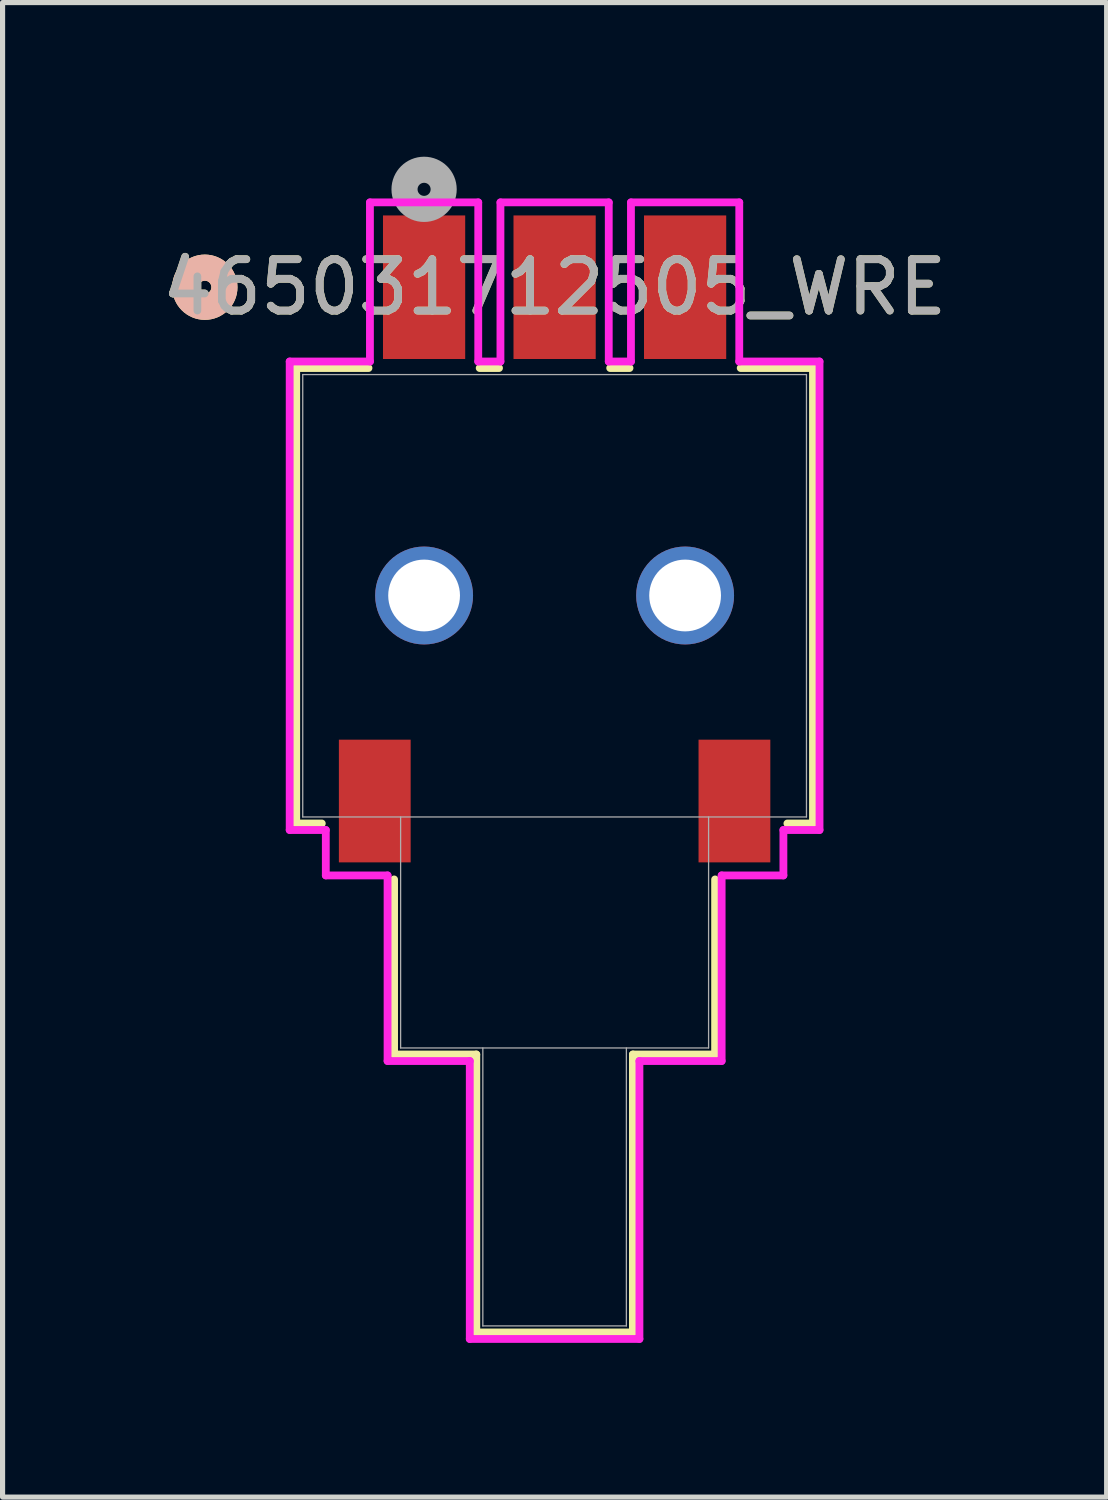
<source format=kicad_pcb>
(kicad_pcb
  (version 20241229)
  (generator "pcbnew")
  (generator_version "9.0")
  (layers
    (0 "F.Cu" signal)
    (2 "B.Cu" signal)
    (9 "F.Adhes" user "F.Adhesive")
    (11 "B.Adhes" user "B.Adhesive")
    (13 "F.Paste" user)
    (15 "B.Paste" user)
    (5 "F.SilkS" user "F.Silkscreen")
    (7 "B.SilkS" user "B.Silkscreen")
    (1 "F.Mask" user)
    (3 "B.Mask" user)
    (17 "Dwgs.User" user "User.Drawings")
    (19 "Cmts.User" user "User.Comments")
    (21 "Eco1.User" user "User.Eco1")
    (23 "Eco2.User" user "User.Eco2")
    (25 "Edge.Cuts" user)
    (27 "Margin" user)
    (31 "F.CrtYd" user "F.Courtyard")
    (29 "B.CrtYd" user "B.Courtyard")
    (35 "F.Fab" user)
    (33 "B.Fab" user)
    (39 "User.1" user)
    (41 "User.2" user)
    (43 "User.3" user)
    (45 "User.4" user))
  (footprint "465031712505_WRE"
    (layer "F.Cu")
    (at 7.744 8.545)
    (property "Reference" "465031712505_WRE" (at 0 -6.005 0) (unlocked yes) (layer "F.SilkS") (effects (font (size 1 1) (thickness 0.15))))
    (attr smd)
    (fp_line (start -5.029 -4.432) (end -3.622 -4.432) (stroke (width 0.152) (type solid)) (layer "F.SilkS"))
    (fp_line (start -5.029 4.432) (end -5.029 -4.432) (stroke (width 0.152) (type solid)) (layer "F.SilkS"))
    (fp_line (start -4.531 4.432) (end -5.029 4.432) (stroke (width 0.152) (type solid)) (layer "F.SilkS"))
    (fp_line (start -3.124 8.928) (end -3.124 5.521) (stroke (width 0.152) (type solid)) (layer "F.SilkS"))
    (fp_line (start -1.524 8.928) (end -3.124 8.928) (stroke (width 0.152) (type solid)) (layer "F.SilkS"))
    (fp_line (start -1.524 14.338) (end -1.524 8.928) (stroke (width 0.152) (type solid)) (layer "F.SilkS"))
    (fp_line (start -1.458 -4.432) (end -1.082 -4.432) (stroke (width 0.152) (type solid)) (layer "F.SilkS"))
    (fp_line (start 1.082 -4.432) (end 1.458 -4.432) (stroke (width 0.152) (type solid)) (layer "F.SilkS"))
    (fp_line (start 1.524 8.928) (end 1.524 14.338) (stroke (width 0.152) (type solid)) (layer "F.SilkS"))
    (fp_line (start 1.524 14.338) (end -1.524 14.338) (stroke (width 0.152) (type solid)) (layer "F.SilkS"))
    (fp_line (start 3.124 5.521) (end 3.124 8.928) (stroke (width 0.152) (type solid)) (layer "F.SilkS"))
    (fp_line (start 3.124 8.928) (end 1.524 8.928) (stroke (width 0.152) (type solid)) (layer "F.SilkS"))
    (fp_line (start 3.622 -4.432) (end 5.029 -4.432) (stroke (width 0.152) (type solid)) (layer "F.SilkS"))
    (fp_line (start 5.029 -4.432) (end 5.029 4.432) (stroke (width 0.152) (type solid)) (layer "F.SilkS"))
    (fp_line (start 5.029 4.432) (end 4.531 4.432) (stroke (width 0.152) (type solid)) (layer "F.SilkS"))
    (fp_circle (center -6.807 -6.005) (end -6.426 -6.005) (stroke (width 0.508) (type solid)) (fill no) (layer "F.SilkS"))
    (fp_circle (center -6.807 -6.005) (end -6.426 -6.005) (stroke (width 0.508) (type solid)) (fill no) (layer "B.SilkS"))
    (fp_line (start -5.156 -4.559) (end -5.156 4.559) (stroke (width 0.152) (type solid)) (layer "F.CrtYd"))
    (fp_line (start -5.156 4.559) (end -4.453 4.559) (stroke (width 0.152) (type solid)) (layer "F.CrtYd"))
    (fp_line (start -4.453 4.559) (end -4.453 5.443) (stroke (width 0.152) (type solid)) (layer "F.CrtYd"))
    (fp_line (start -4.453 5.443) (end -3.251 5.443) (stroke (width 0.152) (type solid)) (layer "F.CrtYd"))
    (fp_line (start -3.594 -7.656) (end -3.594 -4.559) (stroke (width 0.152) (type solid)) (layer "F.CrtYd"))
    (fp_line (start -3.594 -4.559) (end -5.156 -4.559) (stroke (width 0.152) (type solid)) (layer "F.CrtYd"))
    (fp_line (start -3.251 5.443) (end -3.251 9.055) (stroke (width 0.152) (type solid)) (layer "F.CrtYd"))
    (fp_line (start -3.251 9.055) (end -1.651 9.055) (stroke (width 0.152) (type solid)) (layer "F.CrtYd"))
    (fp_line (start -1.651 9.055) (end -1.651 14.465) (stroke (width 0.152) (type solid)) (layer "F.CrtYd"))
    (fp_line (start -1.651 14.465) (end 1.651 14.465) (stroke (width 0.152) (type solid)) (layer "F.CrtYd"))
    (fp_line (start -1.486 -7.656) (end -3.594 -7.656) (stroke (width 0.152) (type solid)) (layer "F.CrtYd"))
    (fp_line (start -1.486 -4.559) (end -1.486 -7.656) (stroke (width 0.152) (type solid)) (layer "F.CrtYd"))
    (fp_line (start -1.054 -7.656) (end -1.054 -4.559) (stroke (width 0.152) (type solid)) (layer "F.CrtYd"))
    (fp_line (start -1.054 -4.559) (end -1.486 -4.559) (stroke (width 0.152) (type solid)) (layer "F.CrtYd"))
    (fp_line (start 1.054 -7.656) (end -1.054 -7.656) (stroke (width 0.152) (type solid)) (layer "F.CrtYd"))
    (fp_line (start 1.054 -4.559) (end 1.054 -7.656) (stroke (width 0.152) (type solid)) (layer "F.CrtYd"))
    (fp_line (start 1.486 -7.656) (end 1.486 -4.559) (stroke (width 0.152) (type solid)) (layer "F.CrtYd"))
    (fp_line (start 1.486 -4.559) (end 1.054 -4.559) (stroke (width 0.152) (type solid)) (layer "F.CrtYd"))
    (fp_line (start 1.651 9.055) (end 3.251 9.055) (stroke (width 0.152) (type solid)) (layer "F.CrtYd"))
    (fp_line (start 1.651 14.465) (end 1.651 9.055) (stroke (width 0.152) (type solid)) (layer "F.CrtYd"))
    (fp_line (start 3.251 5.443) (end 4.453 5.443) (stroke (width 0.152) (type solid)) (layer "F.CrtYd"))
    (fp_line (start 3.251 9.055) (end 3.251 5.443) (stroke (width 0.152) (type solid)) (layer "F.CrtYd"))
    (fp_line (start 3.594 -7.656) (end 1.486 -7.656) (stroke (width 0.152) (type solid)) (layer "F.CrtYd"))
    (fp_line (start 3.594 -4.559) (end 3.594 -7.656) (stroke (width 0.152) (type solid)) (layer "F.CrtYd"))
    (fp_line (start 4.453 4.559) (end 5.156 4.559) (stroke (width 0.152) (type solid)) (layer "F.CrtYd"))
    (fp_line (start 4.453 5.443) (end 4.453 4.559) (stroke (width 0.152) (type solid)) (layer "F.CrtYd"))
    (fp_line (start 5.156 -4.559) (end 3.594 -4.559) (stroke (width 0.152) (type solid)) (layer "F.CrtYd"))
    (fp_line (start 5.156 4.559) (end 5.156 -4.559) (stroke (width 0.152) (type solid)) (layer "F.CrtYd"))
    (fp_line (start -4.902 -4.305) (end -4.902 4.305) (stroke (width 0.025) (type solid)) (layer "F.Fab"))
    (fp_line (start -4.902 4.305) (end 4.902 4.305) (stroke (width 0.025) (type solid)) (layer "F.Fab"))
    (fp_line (start -2.997 8.801) (end -2.997 4.305) (stroke (width 0.025) (type solid)) (layer "F.Fab"))
    (fp_line (start -2.997 8.801) (end 2.997 8.801) (stroke (width 0.025) (type solid)) (layer "F.Fab"))
    (fp_line (start -1.397 8.801) (end -1.397 14.211) (stroke (width 0.025) (type solid)) (layer "F.Fab"))
    (fp_line (start -1.397 14.211) (end 1.397 14.211) (stroke (width 0.025) (type solid)) (layer "F.Fab"))
    (fp_line (start 1.397 14.211) (end 1.397 8.801) (stroke (width 0.025) (type solid)) (layer "F.Fab"))
    (fp_line (start 2.997 8.801) (end 2.997 4.305) (stroke (width 0.025) (type solid)) (layer "F.Fab"))
    (fp_line (start 4.902 -4.305) (end -4.902 -4.305) (stroke (width 0.025) (type solid)) (layer "F.Fab"))
    (fp_line (start 4.902 4.305) (end 4.902 -4.305) (stroke (width 0.025) (type solid)) (layer "F.Fab"))
    (fp_circle (center -2.54 -7.91) (end -2.159 -7.91) (stroke (width 0.508) (type solid)) (fill no) (layer "F.Fab"))
    (fp_text user "${REFERENCE}" (at 0 -6.005 0) (unlocked yes) (layer "F.Fab") (effects (font (size 1 1) (thickness 0.15))))
    (pad "1" smd rect (at -2.54 -6.005) (size 1.6 2.794) (layers "F.Cu" "F.Mask" "F.Paste"))
    (pad "2" smd rect (at 0 -6.005) (size 1.6 2.794) (layers "F.Cu" "F.Mask" "F.Paste"))
    (pad "3" smd rect (at 2.54 -6.005) (size 1.6 2.794) (layers "F.Cu" "F.Mask" "F.Paste"))
    (pad "4" smd rect (at -3.5 3.995) (size 1.397 2.388) (layers "F.Cu" "F.Mask" "F.Paste"))
    (pad "5" smd rect (at 3.5 3.995) (size 1.397 2.388) (layers "F.Cu" "F.Mask" "F.Paste"))
    (pad "6" thru_hole circle (at -2.54 -0.005) (size 1.905 1.905) (drill 1.397) (layers "*.Cu" "*.Mask"))
    (pad "7" thru_hole circle (at 2.54 -0.005) (size 1.905 1.905) (drill 1.397) (layers "*.Cu" "*.Mask")))
  (gr_rect
    (start -3 -3)
    (end 18.488 26.087)
    (stroke (width 0.1) (type default))
    (fill no)
    (layer "Edge.Cuts")))
</source>
